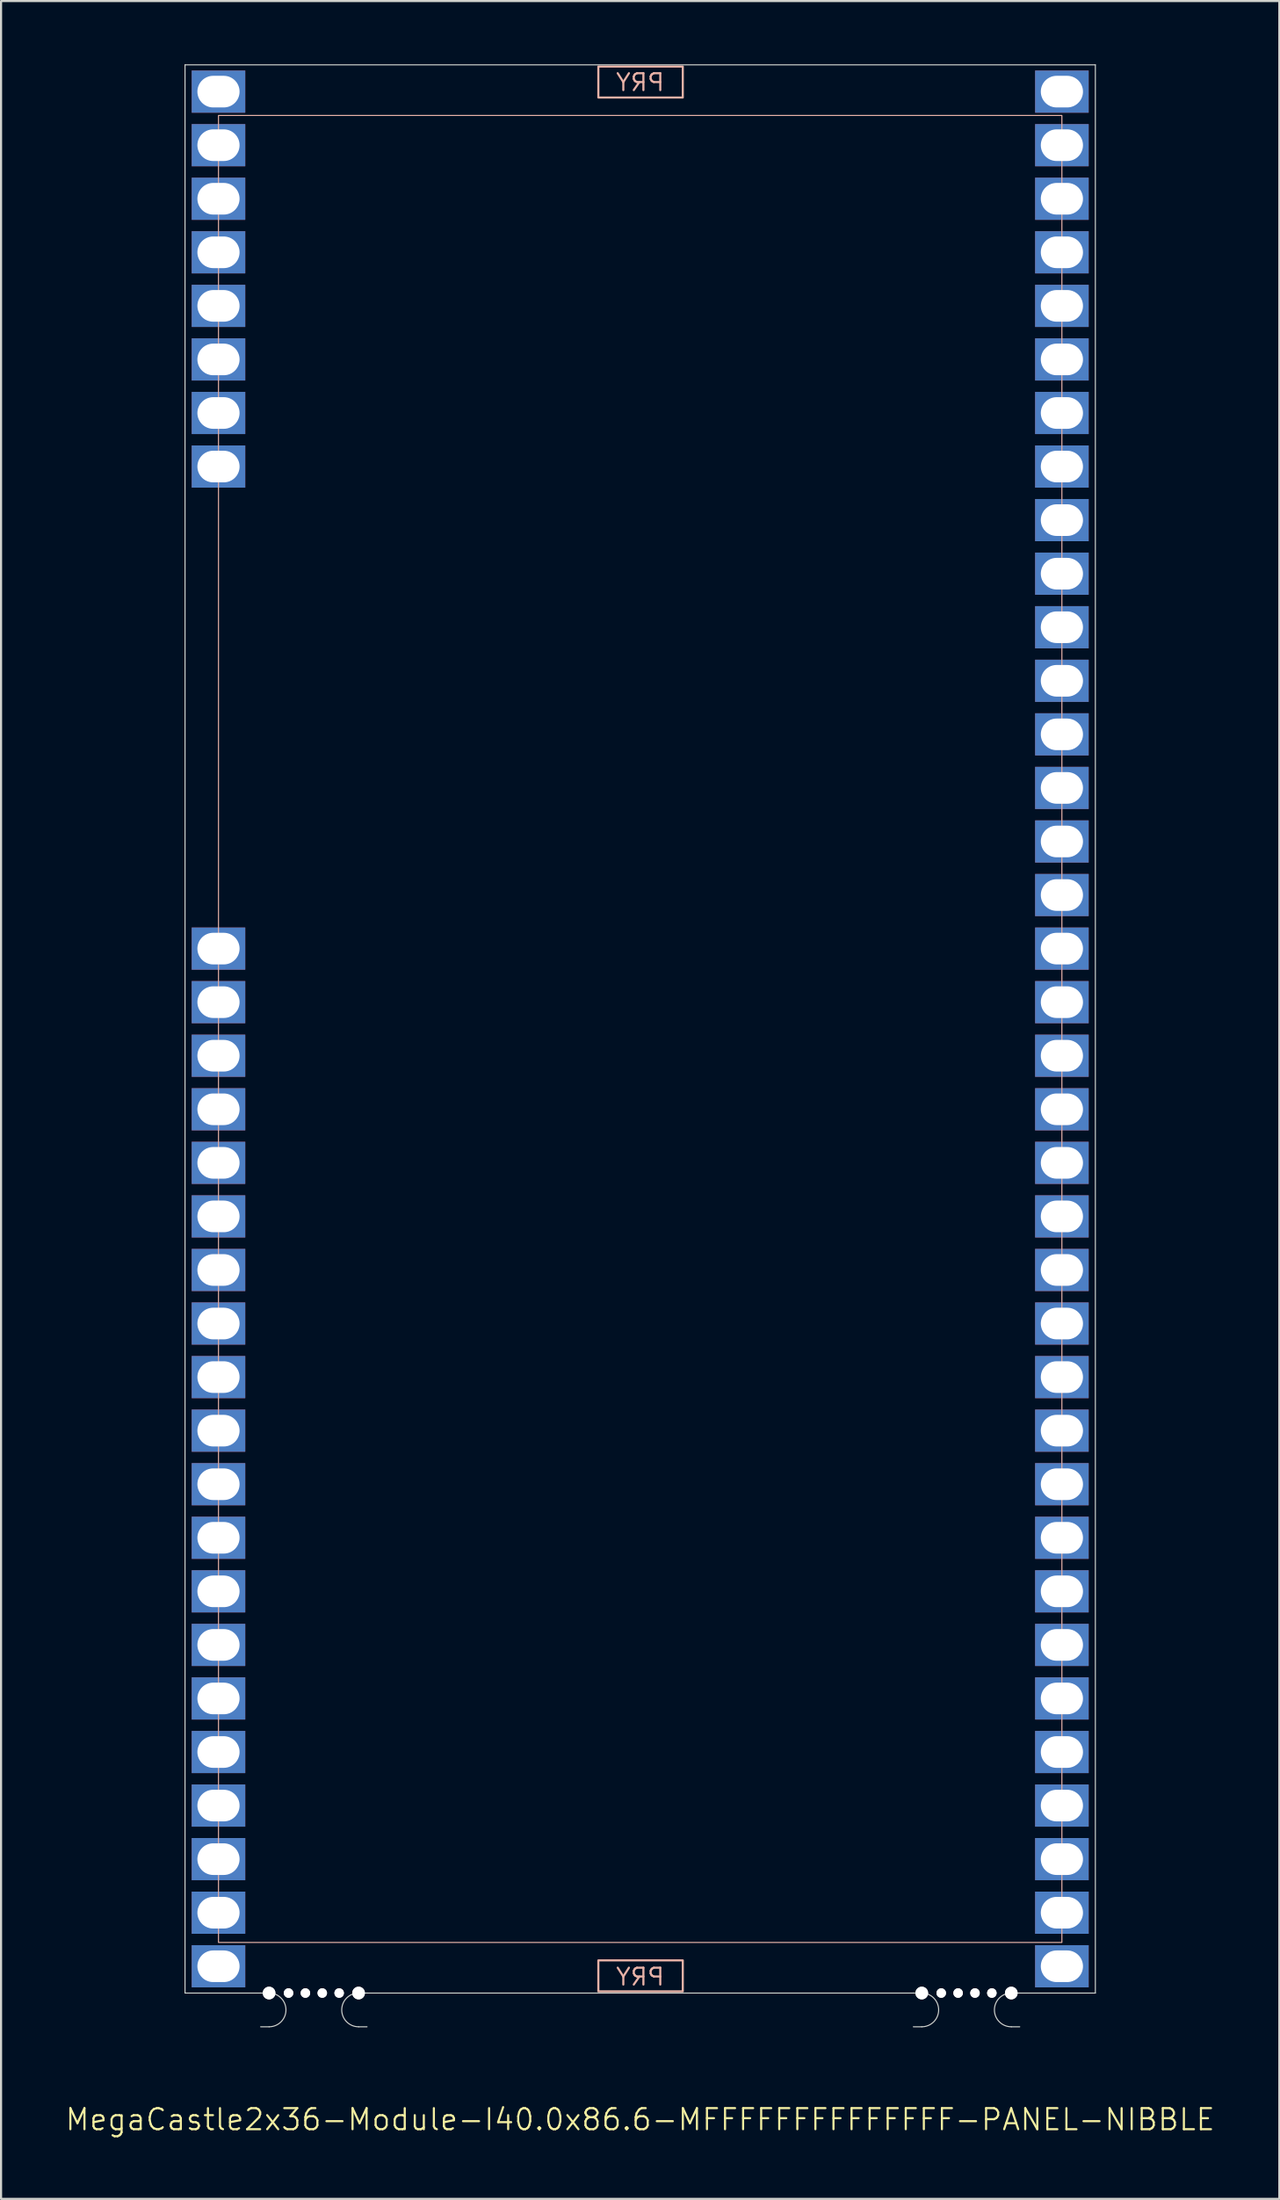
<source format=kicad_pcb>
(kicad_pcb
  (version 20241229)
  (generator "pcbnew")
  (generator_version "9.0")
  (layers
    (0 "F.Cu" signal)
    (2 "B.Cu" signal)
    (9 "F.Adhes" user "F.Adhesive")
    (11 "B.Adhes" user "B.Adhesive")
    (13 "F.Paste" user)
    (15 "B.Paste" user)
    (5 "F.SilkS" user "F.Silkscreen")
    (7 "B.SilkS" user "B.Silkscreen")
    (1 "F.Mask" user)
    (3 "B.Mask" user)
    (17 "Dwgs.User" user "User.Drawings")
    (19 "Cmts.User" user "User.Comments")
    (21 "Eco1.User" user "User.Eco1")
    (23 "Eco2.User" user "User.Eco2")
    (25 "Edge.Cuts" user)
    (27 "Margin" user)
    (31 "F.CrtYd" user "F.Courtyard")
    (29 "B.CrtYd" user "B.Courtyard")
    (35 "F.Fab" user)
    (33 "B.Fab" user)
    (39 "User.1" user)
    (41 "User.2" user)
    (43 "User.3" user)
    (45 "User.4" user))
  (footprint "MegaCastle2x36-Module-I40.0x86.6-MFFFFFFFFFFFFFF-PANEL-NIBBLE"
    (layer "F.Cu")
    (at 27.312 45.745)
    (property "Reference" "MegaCastle2x36-Module-I40.0x86.6-MFFFFFFFFFFFFFF-PANEL-NIBBLE" (at 0 51.72 0) (unlocked yes) (layer "F.SilkS") (effects (font (size 1 1) (thickness 0.1))))
    (attr smd)
    (fp_rect (start -20 43.32) (end 20 -43.32) (stroke (width 0.05) (type default)) (fill no) (layer "B.SilkS"))
    (fp_rect (start -1.984 -44.171) (end 2.02 -45.64) (stroke (width 0.1) (type default)) (fill no) (layer "B.SilkS"))
    (fp_rect (start -1.984 44.171) (end 2.02 45.64) (stroke (width 0.1) (type default)) (fill no) (layer "B.SilkS"))
    (fp_line (start -21.587 -45.72) (end -21.587 45.72) (stroke (width 0.05) (type default)) (layer "Edge.Cuts"))
    (fp_line (start -21.587 -45.72) (end 21.587 -45.72) (stroke (width 0.05) (type default)) (layer "Edge.Cuts"))
    (fp_line (start -21.587 45.72) (end -18 45.72) (stroke (width 0.05) (type default)) (layer "Edge.Cuts"))
    (fp_line (start -18 45.72) (end -17.6 45.72) (stroke (width 0.05) (type default)) (layer "Edge.Cuts"))
    (fp_line (start -18 47.32) (end -17.6 47.32) (stroke (width 0.05) (type default)) (layer "Edge.Cuts"))
    (fp_line (start -12.955 45.72) (end -13.355 45.72) (stroke (width 0.05) (type default)) (layer "Edge.Cuts"))
    (fp_line (start -12.955 45.72) (end 12.955 45.72) (stroke (width 0.05) (type default)) (layer "Edge.Cuts"))
    (fp_line (start -12.955 47.32) (end -13.355 47.32) (stroke (width 0.05) (type default)) (layer "Edge.Cuts"))
    (fp_line (start 12.955 45.72) (end 13.355 45.72) (stroke (width 0.05) (type default)) (layer "Edge.Cuts"))
    (fp_line (start 12.955 47.32) (end 13.355 47.32) (stroke (width 0.05) (type default)) (layer "Edge.Cuts"))
    (fp_line (start 18 45.72) (end 17.6 45.72) (stroke (width 0.05) (type default)) (layer "Edge.Cuts"))
    (fp_line (start 18 45.72) (end 21.587 45.72) (stroke (width 0.05) (type default)) (layer "Edge.Cuts"))
    (fp_line (start 18 47.32) (end 17.6 47.32) (stroke (width 0.05) (type default)) (layer "Edge.Cuts"))
    (fp_line (start 21.587 -45.72) (end 21.587 45.72) (stroke (width 0.05) (type default)) (layer "Edge.Cuts"))
    (fp_arc (start -17.6 45.720001) (mid -16.799999 46.52) (end -17.6 47.32) (stroke (width 0.05) (type default)) (layer "Edge.Cuts"))
    (fp_arc (start -13.355 47.32) (mid -14.154999 46.520001) (end -13.355 45.720001) (stroke (width 0.05) (type default)) (layer "Edge.Cuts"))
    (fp_arc (start 13.355001 45.720001) (mid 14.155002 46.52) (end 13.355001 47.32) (stroke (width 0.05) (type default)) (layer "Edge.Cuts"))
    (fp_arc (start 17.600002 47.32) (mid 16.8 46.52) (end 17.600002 45.720001) (stroke (width 0.05) (type default)) (layer "Edge.Cuts"))
    (fp_text user "PRY" (at 0 45.42 0) (unlocked yes) (layer "B.SilkS") (effects (font (size 0.8 0.8) (thickness 0.1)) (justify bottom mirror)))
    (fp_text user "PRY" (at 0 -44.42 0) (unlocked yes) (layer "B.SilkS") (effects (font (size 0.8 0.8) (thickness 0.1)) (justify bottom mirror)))
    (pad "" np_thru_hole circle (at -17.6 45.72) (size 0.6 0.6) (drill 0.6) (layers "*.Cu" "Edge.Cuts"))
    (pad "" np_thru_hole circle (at -16.677 45.72) (size 0.45 0.45) (drill 0.45) (layers "*.Cu" "Edge.Cuts"))
    (pad "" np_thru_hole circle (at -15.878 45.72) (size 0.45 0.45) (drill 0.45) (layers "*.Cu" "Edge.Cuts"))
    (pad "" np_thru_hole circle (at -15.078 45.72) (size 0.45 0.45) (drill 0.45) (layers "*.Cu" "Edge.Cuts"))
    (pad "" np_thru_hole circle (at -14.277 45.72) (size 0.45 0.45) (drill 0.45) (layers "*.Cu" "Edge.Cuts"))
    (pad "" np_thru_hole circle (at -13.355 45.72) (size 0.6 0.6) (drill 0.6) (layers "*.Cu" "Edge.Cuts"))
    (pad "" np_thru_hole circle (at 13.355 45.72) (size 0.6 0.6) (drill 0.6) (layers "*.Cu" "Edge.Cuts"))
    (pad "" np_thru_hole circle (at 14.278 45.72) (size 0.45 0.45) (drill 0.45) (layers "*.Cu" "Edge.Cuts"))
    (pad "" np_thru_hole circle (at 15.078 45.72) (size 0.45 0.45) (drill 0.45) (layers "*.Cu" "Edge.Cuts"))
    (pad "" np_thru_hole circle (at 15.878 45.72) (size 0.45 0.45) (drill 0.45) (layers "*.Cu" "Edge.Cuts"))
    (pad "" np_thru_hole circle (at 16.678 45.72) (size 0.45 0.45) (drill 0.45) (layers "*.Cu" "Edge.Cuts"))
    (pad "" np_thru_hole circle (at 17.6 45.72) (size 0.6 0.6) (drill 0.6) (layers "*.Cu" "Edge.Cuts"))
    (pad "1" thru_hole rect (at -20 -44.45) (size 2.54 2) (drill oval 2 1.5) (property pad_prop_castellated) (layers "*.Cu" "*.Mask"))
    (pad "2" thru_hole rect (at -20 -41.91) (size 2.54 2) (drill oval 2 1.5) (property pad_prop_castellated) (layers "*.Cu" "*.Mask"))
    (pad "3" thru_hole rect (at -20 -39.37) (size 2.54 2) (drill oval 2 1.5) (property pad_prop_castellated) (layers "*.Cu" "*.Mask"))
    (pad "4" thru_hole rect (at -20 -36.83) (size 2.54 2) (drill oval 2 1.5) (property pad_prop_castellated) (layers "*.Cu" "*.Mask"))
    (pad "5" thru_hole rect (at -20 -34.29) (size 2.54 2) (drill oval 2 1.5) (property pad_prop_castellated) (layers "*.Cu" "*.Mask"))
    (pad "6" thru_hole rect (at -20 -31.75) (size 2.54 2) (drill oval 2 1.5) (property pad_prop_castellated) (layers "*.Cu" "*.Mask"))
    (pad "7" thru_hole rect (at -20 -29.21) (size 2.54 2) (drill oval 2 1.5) (property pad_prop_castellated) (layers "*.Cu" "*.Mask"))
    (pad "8" thru_hole rect (at -20 -26.67) (size 2.54 2) (drill oval 2 1.5) (property pad_prop_castellated) (layers "*.Cu" "*.Mask"))
    (pad "17" thru_hole rect (at -20 -3.81) (size 2.54 2) (drill oval 2 1.5) (property pad_prop_castellated) (layers "*.Cu" "*.Mask"))
    (pad "18" thru_hole rect (at -20 -1.27) (size 2.54 2) (drill oval 2 1.5) (property pad_prop_castellated) (layers "*.Cu" "*.Mask"))
    (pad "19" thru_hole rect (at -20 1.27) (size 2.54 2) (drill oval 2 1.5) (property pad_prop_castellated) (layers "*.Cu" "*.Mask"))
    (pad "20" thru_hole rect (at -20 3.81) (size 2.54 2) (drill oval 2 1.5) (property pad_prop_castellated) (layers "*.Cu" "*.Mask"))
    (pad "21" thru_hole rect (at -20 6.35) (size 2.54 2) (drill oval 2 1.5) (property pad_prop_castellated) (layers "*.Cu" "*.Mask"))
    (pad "22" thru_hole rect (at -20 8.89) (size 2.54 2) (drill oval 2 1.5) (property pad_prop_castellated) (layers "*.Cu" "*.Mask"))
    (pad "23" thru_hole rect (at -20 11.43) (size 2.54 2) (drill oval 2 1.5) (property pad_prop_castellated) (layers "*.Cu" "*.Mask"))
    (pad "24" thru_hole rect (at -20 13.97) (size 2.54 2) (drill oval 2 1.5) (property pad_prop_castellated) (layers "*.Cu" "*.Mask"))
    (pad "25" thru_hole rect (at -20 16.51) (size 2.54 2) (drill oval 2 1.5) (property pad_prop_castellated) (layers "*.Cu" "*.Mask"))
    (pad "26" thru_hole rect (at -20 19.05) (size 2.54 2) (drill oval 2 1.5) (property pad_prop_castellated) (layers "*.Cu" "*.Mask"))
    (pad "27" thru_hole rect (at -20 21.59) (size 2.54 2) (drill oval 2 1.5) (property pad_prop_castellated) (layers "*.Cu" "*.Mask"))
    (pad "28" thru_hole rect (at -20 24.13) (size 2.54 2) (drill oval 2 1.5) (property pad_prop_castellated) (layers "*.Cu" "*.Mask"))
    (pad "29" thru_hole rect (at -20 26.67) (size 2.54 2) (drill oval 2 1.5) (property pad_prop_castellated) (layers "*.Cu" "*.Mask"))
    (pad "30" thru_hole rect (at -20 29.21) (size 2.54 2) (drill oval 2 1.5) (property pad_prop_castellated) (layers "*.Cu" "*.Mask"))
    (pad "31" thru_hole rect (at -20 31.75) (size 2.54 2) (drill oval 2 1.5) (property pad_prop_castellated) (layers "*.Cu" "*.Mask"))
    (pad "32" thru_hole rect (at -20 34.29) (size 2.54 2) (drill oval 2 1.5) (property pad_prop_castellated) (layers "*.Cu" "*.Mask"))
    (pad "33" thru_hole rect (at -20 36.83) (size 2.54 2) (drill oval 2 1.5) (property pad_prop_castellated) (layers "*.Cu" "*.Mask"))
    (pad "34" thru_hole rect (at -20 39.37) (size 2.54 2) (drill oval 2 1.5) (property pad_prop_castellated) (layers "*.Cu" "*.Mask"))
    (pad "35" thru_hole rect (at -20 41.91) (size 2.54 2) (drill oval 2 1.5) (property pad_prop_castellated) (layers "*.Cu" "*.Mask"))
    (pad "36" thru_hole rect (at -20 44.45) (size 2.54 2) (drill oval 2 1.5) (property pad_prop_castellated) (layers "*.Cu" "*.Mask"))
    (pad "37" thru_hole rect (at 20 -44.45) (size 2.54 2) (drill oval 2 1.5) (property pad_prop_castellated) (layers "*.Cu" "*.Mask"))
    (pad "38" thru_hole rect (at 20 -41.91) (size 2.54 2) (drill oval 2 1.5) (property pad_prop_castellated) (layers "*.Cu" "*.Mask"))
    (pad "39" thru_hole rect (at 20 -39.37) (size 2.54 2) (drill oval 2 1.5) (property pad_prop_castellated) (layers "*.Cu" "*.Mask"))
    (pad "40" thru_hole rect (at 20 -36.83) (size 2.54 2) (drill oval 2 1.5) (property pad_prop_castellated) (layers "*.Cu" "*.Mask"))
    (pad "41" thru_hole rect (at 20 -34.29) (size 2.54 2) (drill oval 2 1.5) (property pad_prop_castellated) (layers "*.Cu" "*.Mask"))
    (pad "42" thru_hole rect (at 20 -31.75) (size 2.54 2) (drill oval 2 1.5) (property pad_prop_castellated) (layers "*.Cu" "*.Mask"))
    (pad "43" thru_hole rect (at 20 -29.21) (size 2.54 2) (drill oval 2 1.5) (property pad_prop_castellated) (layers "*.Cu" "*.Mask"))
    (pad "44" thru_hole rect (at 20 -26.67) (size 2.54 2) (drill oval 2 1.5) (property pad_prop_castellated) (layers "*.Cu" "*.Mask"))
    (pad "45" thru_hole rect (at 20 -24.13) (size 2.54 2) (drill oval 2 1.5) (property pad_prop_castellated) (layers "*.Cu" "*.Mask"))
    (pad "46" thru_hole rect (at 20 -21.59) (size 2.54 2) (drill oval 2 1.5) (property pad_prop_castellated) (layers "*.Cu" "*.Mask"))
    (pad "47" thru_hole rect (at 20 -19.05) (size 2.54 2) (drill oval 2 1.5) (property pad_prop_castellated) (layers "*.Cu" "*.Mask"))
    (pad "48" thru_hole rect (at 20 -16.51) (size 2.54 2) (drill oval 2 1.5) (property pad_prop_castellated) (layers "*.Cu" "*.Mask"))
    (pad "49" thru_hole rect (at 20 -13.97) (size 2.54 2) (drill oval 2 1.5) (property pad_prop_castellated) (layers "*.Cu" "*.Mask"))
    (pad "50" thru_hole rect (at 20 -11.43) (size 2.54 2) (drill oval 2 1.5) (property pad_prop_castellated) (layers "*.Cu" "*.Mask"))
    (pad "51" thru_hole rect (at 20 -8.89) (size 2.54 2) (drill oval 2 1.5) (property pad_prop_castellated) (layers "*.Cu" "*.Mask"))
    (pad "52" thru_hole rect (at 20 -6.35) (size 2.54 2) (drill oval 2 1.5) (property pad_prop_castellated) (layers "*.Cu" "*.Mask"))
    (pad "53" thru_hole rect (at 20 -3.81) (size 2.54 2) (drill oval 2 1.5) (property pad_prop_castellated) (layers "*.Cu" "*.Mask"))
    (pad "54" thru_hole rect (at 20 -1.27) (size 2.54 2) (drill oval 2 1.5) (property pad_prop_castellated) (layers "*.Cu" "*.Mask"))
    (pad "55" thru_hole rect (at 20 1.27) (size 2.54 2) (drill oval 2 1.5) (property pad_prop_castellated) (layers "*.Cu" "*.Mask"))
    (pad "56" thru_hole rect (at 20 3.81) (size 2.54 2) (drill oval 2 1.5) (property pad_prop_castellated) (layers "*.Cu" "*.Mask"))
    (pad "57" thru_hole rect (at 20 6.35) (size 2.54 2) (drill oval 2 1.5) (property pad_prop_castellated) (layers "*.Cu" "*.Mask"))
    (pad "58" thru_hole rect (at 20 8.89) (size 2.54 2) (drill oval 2 1.5) (property pad_prop_castellated) (layers "*.Cu" "*.Mask"))
    (pad "59" thru_hole rect (at 20 11.43) (size 2.54 2) (drill oval 2 1.5) (property pad_prop_castellated) (layers "*.Cu" "*.Mask"))
    (pad "60" thru_hole rect (at 20 13.97) (size 2.54 2) (drill oval 2 1.5) (property pad_prop_castellated) (layers "*.Cu" "*.Mask"))
    (pad "61" thru_hole rect (at 20 16.51) (size 2.54 2) (drill oval 2 1.5) (property pad_prop_castellated) (layers "*.Cu" "*.Mask"))
    (pad "62" thru_hole rect (at 20 19.05) (size 2.54 2) (drill oval 2 1.5) (property pad_prop_castellated) (layers "*.Cu" "*.Mask"))
    (pad "63" thru_hole rect (at 20 21.59) (size 2.54 2) (drill oval 2 1.5) (property pad_prop_castellated) (layers "*.Cu" "*.Mask"))
    (pad "64" thru_hole rect (at 20 24.13) (size 2.54 2) (drill oval 2 1.5) (property pad_prop_castellated) (layers "*.Cu" "*.Mask"))
    (pad "65" thru_hole rect (at 20 26.67) (size 2.54 2) (drill oval 2 1.5) (property pad_prop_castellated) (layers "*.Cu" "*.Mask"))
    (pad "66" thru_hole rect (at 20 29.21) (size 2.54 2) (drill oval 2 1.5) (property pad_prop_castellated) (layers "*.Cu" "*.Mask"))
    (pad "67" thru_hole rect (at 20 31.75) (size 2.54 2) (drill oval 2 1.5) (property pad_prop_castellated) (layers "*.Cu" "*.Mask"))
    (pad "68" thru_hole rect (at 20 34.29) (size 2.54 2) (drill oval 2 1.5) (property pad_prop_castellated) (layers "*.Cu" "*.Mask"))
    (pad "69" thru_hole rect (at 20 36.83) (size 2.54 2) (drill oval 2 1.5) (property pad_prop_castellated) (layers "*.Cu" "*.Mask"))
    (pad "70" thru_hole rect (at 20 39.37) (size 2.54 2) (drill oval 2 1.5) (property pad_prop_castellated) (layers "*.Cu" "*.Mask"))
    (pad "71" thru_hole rect (at 20 41.91) (size 2.54 2) (drill oval 2 1.5) (property pad_prop_castellated) (layers "*.Cu" "*.Mask"))
    (pad "72" thru_hole rect (at 20 44.45) (size 2.54 2) (drill oval 2 1.5) (property pad_prop_castellated) (layers "*.Cu" "*.Mask"))
    (zone (net_name "") (layer "B.Cu") (hatch edge 0.5) (connect_pads) (min_thickness 0.25) (filled_areas_thickness no) (keepout (tracks allowed) (vias allowed) (pads allowed) (copperpour allowed) (footprints not_allowed)) (placement (enabled no)) (fill) (polygon (pts (xy 7.312 91.465) (xy 7.312 0.025))))
    (zone (net_name "") (layer "B.Cu") (hatch edge 0.5) (connect_pads) (min_thickness 0.25) (filled_areas_thickness no) (keepout (tracks allowed) (vias allowed) (pads allowed) (copperpour allowed) (footprints not_allowed)) (placement (enabled no)) (fill) (polygon (pts (xy 47.312 91.465) (xy 47.312 0.025))))
    (zone (net_name "") (layer "B.Cu") (hatch edge 0.5) (connect_pads) (min_thickness 0.25) (filled_areas_thickness no) (keepout (tracks allowed) (vias allowed) (pads allowed) (copperpour allowed) (footprints not_allowed)) (placement (enabled no)) (fill) (polygon (pts (xy 7.312 0.025) (xy 7.312 2.425) (xy 47.312 2.425) (xy 47.312 0.025))))
    (zone (net_name "") (layer "B.Cu") (hatch edge 0.5) (connect_pads) (min_thickness 0.25) (filled_areas_thickness no) (keepout (tracks allowed) (vias allowed) (pads allowed) (copperpour allowed) (footprints not_allowed)) (placement (enabled no)) (fill) (polygon (pts (xy 7.312 91.465) (xy 7.312 89.065) (xy 47.312 89.065) (xy 47.312 91.465))))
    (zone (net_name "") (layer "B.Cu") (name "Upper Pry Zone") (hatch edge 0.5) (connect_pads) (min_thickness 0.25) (filled_areas_thickness no) (keepout (tracks not_allowed) (vias not_allowed) (pads not_allowed) (copperpour allowed) (footprints not_allowed)) (placement (enabled no)) (fill) (polygon (pts (xy 25.328 1.574) (xy 25.328 0.105) (xy 29.331 0.105) (xy 29.331 1.574))))
    (zone (net_name "") (layer "B.Cu") (name "Upper Pry Zone") (hatch edge 0.5) (connect_pads) (min_thickness 0.25) (filled_areas_thickness no) (keepout (tracks not_allowed) (vias not_allowed) (pads not_allowed) (copperpour allowed) (footprints not_allowed)) (placement (enabled no)) (fill) (polygon (pts (xy 25.328 89.916) (xy 25.328 91.385) (xy 29.331 91.385) (xy 29.331 89.916)))))
  (gr_rect
    (start -3 -3)
    (end 57.624 101.226)
    (stroke (width 0.1) (type default))
    (fill no)
    (layer "Edge.Cuts")))
</source>
